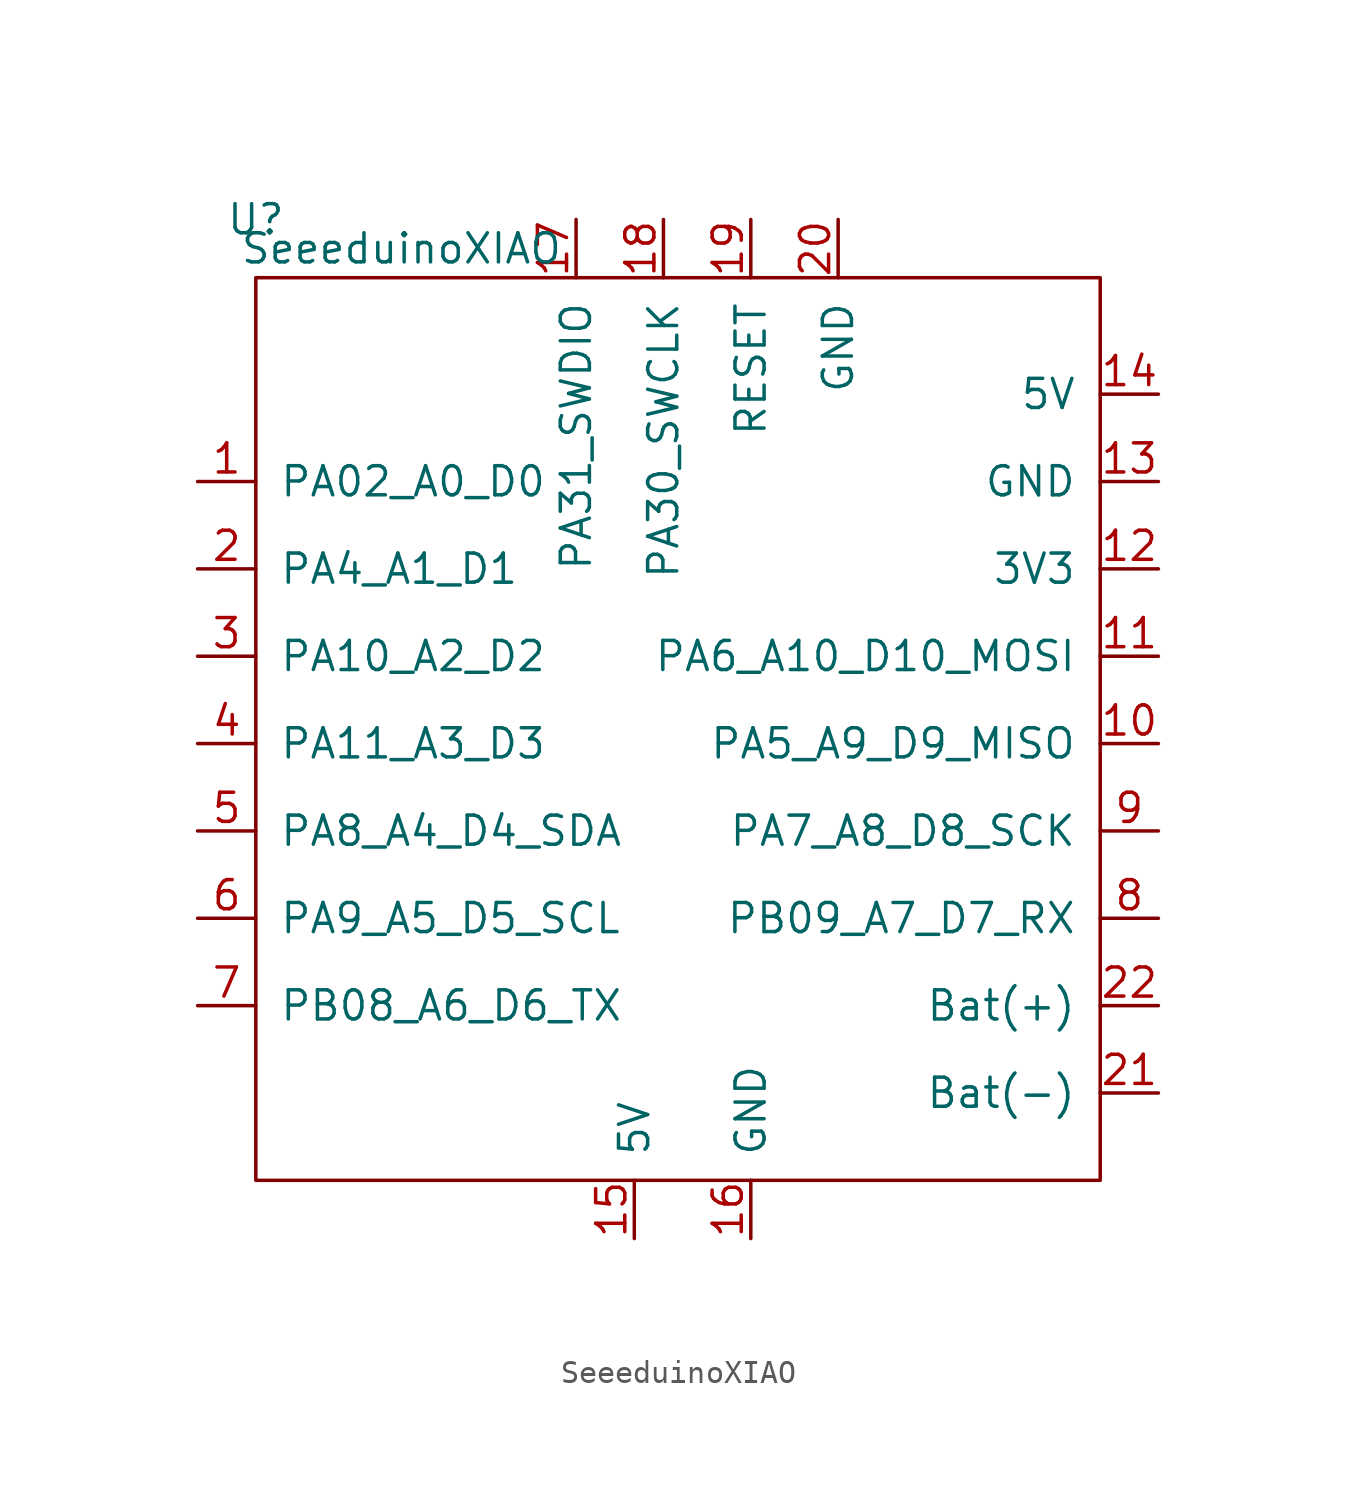
<source format=kicad_sym>
(kicad_symbol_lib
  (version 20211014)
  (generator kicad_symbol_editor)
  (symbol "SeeeduinoXIAO"
    (pin_names
      (offset 1.016))
    (property "Reference" "U"
      (at -19.05 22.86 0)
      (effects (font (size 1.27 1.27))))
    (property "Value" "SeeeduinoXIAO"
      (at -12.7 21.59 0)
      (effects (font (size 1.27 1.27))))
    (symbol "SeeeduinoXIAO_0_1"
      (rectangle (start -19.05 20.32) (end 17.78 -19.05) (stroke (width 0) (type default) (color 0 0 0 0)) (fill (type none))))
    (symbol "SeeeduinoXIAO_1_1"
      (pin unspecified line (at -21.59 11.43 0) (length 2.54) (name "PA02_A0_D0" (effects (font (size 1.27 1.27)))) (number "1" (effects (font (size 1.27 1.27)))))
      (pin unspecified line (at 20.32 0 180) (length 2.54) (name "PA5_A9_D9_MISO" (effects (font (size 1.27 1.27)))) (number "10" (effects (font (size 1.27 1.27)))))
      (pin unspecified line (at 20.32 3.81 180) (length 2.54) (name "PA6_A10_D10_MOSI" (effects (font (size 1.27 1.27)))) (number "11" (effects (font (size 1.27 1.27)))))
      (pin unspecified line (at 20.32 7.62 180) (length 2.54) (name "3V3" (effects (font (size 1.27 1.27)))) (number "12" (effects (font (size 1.27 1.27)))))
      (pin unspecified line (at 20.32 11.43 180) (length 2.54) (name "GND" (effects (font (size 1.27 1.27)))) (number "13" (effects (font (size 1.27 1.27)))))
      (pin unspecified line (at 20.32 15.24 180) (length 2.54) (name "5V" (effects (font (size 1.27 1.27)))) (number "14" (effects (font (size 1.27 1.27)))))
      (pin input line (at -2.54 -21.59 90) (length 2.54) (name "5V" (effects (font (size 1.27 1.27)))) (number "15" (effects (font (size 1.27 1.27)))))
      (pin input line (at 2.54 -21.59 90) (length 2.54) (name "GND" (effects (font (size 1.27 1.27)))) (number "16" (effects (font (size 1.27 1.27)))))
      (pin input line (at -5.08 22.86 270) (length 2.54) (name "PA31_SWDIO" (effects (font (size 1.27 1.27)))) (number "17" (effects (font (size 1.27 1.27)))))
      (pin input line (at -1.27 22.86 270) (length 2.54) (name "PA30_SWCLK" (effects (font (size 1.27 1.27)))) (number "18" (effects (font (size 1.27 1.27)))))
      (pin input line (at 2.54 22.86 270) (length 2.54) (name "RESET" (effects (font (size 1.27 1.27)))) (number "19" (effects (font (size 1.27 1.27)))))
      (pin unspecified line (at -21.59 7.62 0) (length 2.54) (name "PA4_A1_D1" (effects (font (size 1.27 1.27)))) (number "2" (effects (font (size 1.27 1.27)))))
      (pin input line (at 6.35 22.86 270) (length 2.54) (name "GND" (effects (font (size 1.27 1.27)))) (number "20" (effects (font (size 1.27 1.27)))))
      (pin input line (at 20.32 -15.24 180) (length 2.54) (name "Bat(-)" (effects (font (size 1.27 1.27)))) (number "21" (effects (font (size 1.27 1.27)))))
      (pin input line (at 20.32 -11.43 180) (length 2.54) (name "Bat(+)" (effects (font (size 1.27 1.27)))) (number "22" (effects (font (size 1.27 1.27)))))
      (pin unspecified line (at -21.59 3.81 0) (length 2.54) (name "PA10_A2_D2" (effects (font (size 1.27 1.27)))) (number "3" (effects (font (size 1.27 1.27)))))
      (pin unspecified line (at -21.59 0 0) (length 2.54) (name "PA11_A3_D3" (effects (font (size 1.27 1.27)))) (number "4" (effects (font (size 1.27 1.27)))))
      (pin unspecified line (at -21.59 -3.81 0) (length 2.54) (name "PA8_A4_D4_SDA" (effects (font (size 1.27 1.27)))) (number "5" (effects (font (size 1.27 1.27)))))
      (pin unspecified line (at -21.59 -7.62 0) (length 2.54) (name "PA9_A5_D5_SCL" (effects (font (size 1.27 1.27)))) (number "6" (effects (font (size 1.27 1.27)))))
      (pin unspecified line (at -21.59 -11.43 0) (length 2.54) (name "PB08_A6_D6_TX" (effects (font (size 1.27 1.27)))) (number "7" (effects (font (size 1.27 1.27)))))
      (pin unspecified line (at 20.32 -7.62 180) (length 2.54) (name "PB09_A7_D7_RX" (effects (font (size 1.27 1.27)))) (number "8" (effects (font (size 1.27 1.27)))))
      (pin unspecified line (at 20.32 -3.81 180) (length 2.54) (name "PA7_A8_D8_SCK" (effects (font (size 1.27 1.27)))) (number "9" (effects (font (size 1.27 1.27))))))))
</source>
